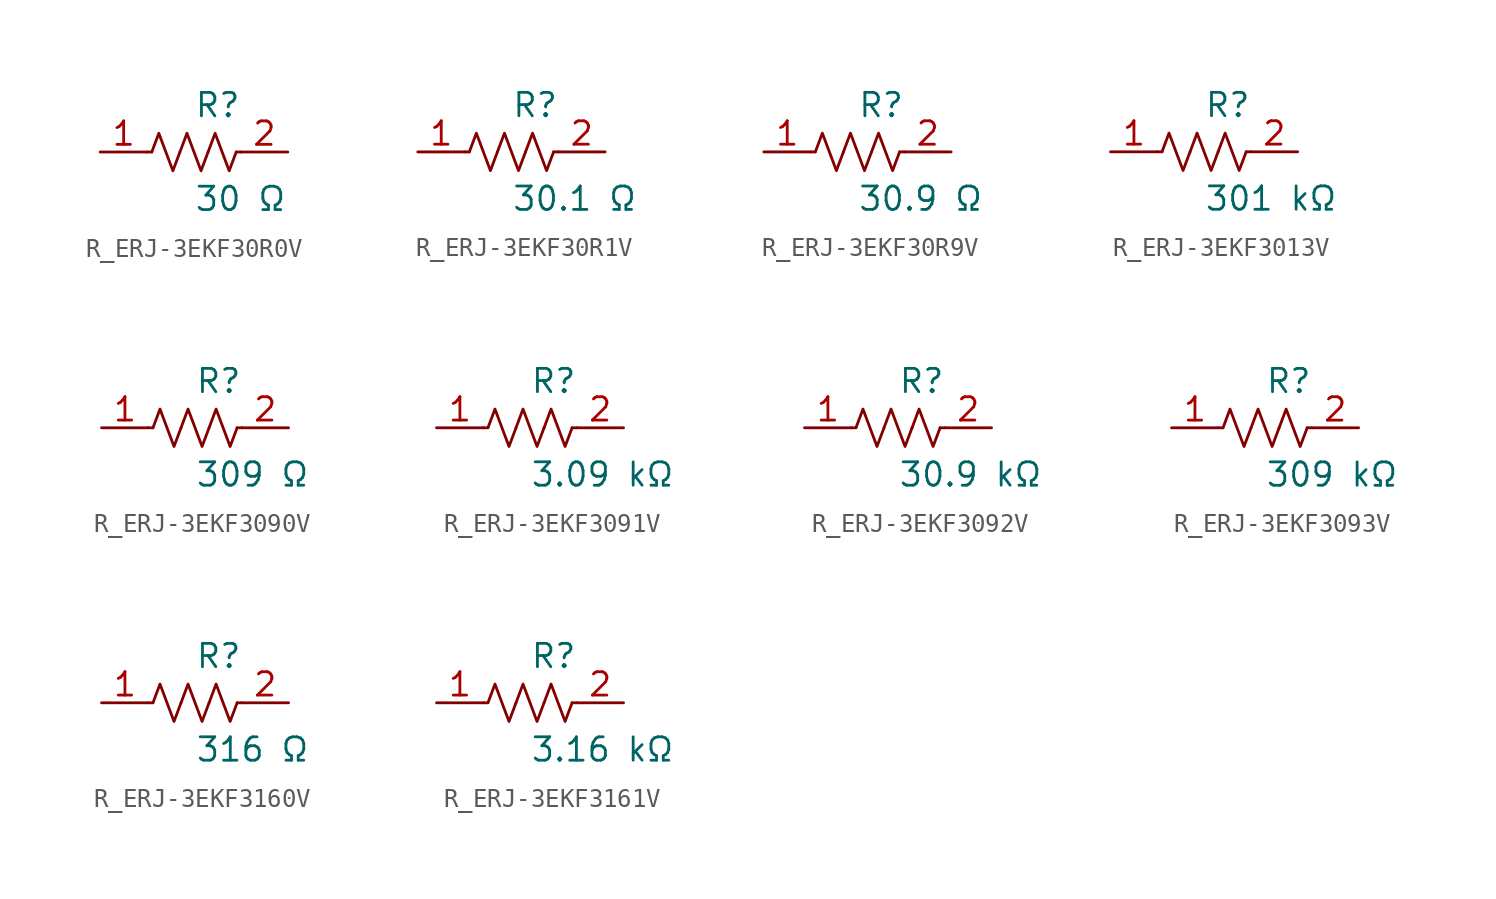
<source format=kicad_sym>
(kicad_symbol_lib
  (version 20231120)
  (generator kicad_symbol_editor)
  (generator_version 8.0)
  (symbol "R_ERJ-3EKF30R0V"
    (pin_names
      (offset 0.254))
    (property "Reference" "R"
      (at 0.0 2.54 0)
      (effects (font (size 1.27 1.27)) (justify left)))
    (property "Value" "30 Ω"
      (at 0.0 -2.54 0)
      (effects (font (size 1.27 1.27)) (justify left)))
    (symbol "R_ERJ-3EKF30R0V_0_1"
      (polyline (pts (xy 2.286 0) (xy 2.54 0)) (stroke (width 0) (type default)) (fill (type none)))
      (polyline (pts (xy -2.286 0) (xy -2.54 0)) (stroke (width 0) (type default)) (fill (type none)))
      (polyline (pts (xy 0.762 0) (xy 1.143 1.016) (xy 1.524 0) (xy 1.905 -1.016) (xy 2.286 0)) (stroke (width 0) (type default)) (fill (type none)))
      (polyline (pts (xy -0.762 0) (xy -0.381 1.016) (xy 0 0) (xy 0.381 -1.016) (xy 0.762 0)) (stroke (width 0) (type default)) (fill (type none)))
      (polyline (pts (xy -2.286 0) (xy -1.905 1.016) (xy -1.524 0) (xy -1.143 -1.016) (xy -0.762 0)) (stroke (width 0) (type default)) (fill (type none))))
    (pin unspecified line
      (at -5.08 0 0)
      (length 2.54)
      (name "" (effects (font (size 1.27 1.27))))
      (number "1" (effects (font (size 1.27 1.27)))))
    (pin unspecified line
      (at 5.08 0 180)
      (length 2.54)
      (name "" (effects (font (size 1.27 1.27))))
      (number "2" (effects (font (size 1.27 1.27))))))
  (symbol "R_ERJ-3EKF30R1V"
    (pin_names
      (offset 0.254))
    (property "Reference" "R"
      (at 0.0 2.54 0)
      (effects (font (size 1.27 1.27)) (justify left)))
    (property "Value" "30.1 Ω"
      (at 0.0 -2.54 0)
      (effects (font (size 1.27 1.27)) (justify left)))
    (symbol "R_ERJ-3EKF30R1V_0_1"
      (polyline (pts (xy 2.286 0) (xy 2.54 0)) (stroke (width 0) (type default)) (fill (type none)))
      (polyline (pts (xy -2.286 0) (xy -2.54 0)) (stroke (width 0) (type default)) (fill (type none)))
      (polyline (pts (xy 0.762 0) (xy 1.143 1.016) (xy 1.524 0) (xy 1.905 -1.016) (xy 2.286 0)) (stroke (width 0) (type default)) (fill (type none)))
      (polyline (pts (xy -0.762 0) (xy -0.381 1.016) (xy 0 0) (xy 0.381 -1.016) (xy 0.762 0)) (stroke (width 0) (type default)) (fill (type none)))
      (polyline (pts (xy -2.286 0) (xy -1.905 1.016) (xy -1.524 0) (xy -1.143 -1.016) (xy -0.762 0)) (stroke (width 0) (type default)) (fill (type none))))
    (pin unspecified line
      (at -5.08 0 0)
      (length 2.54)
      (name "" (effects (font (size 1.27 1.27))))
      (number "1" (effects (font (size 1.27 1.27)))))
    (pin unspecified line
      (at 5.08 0 180)
      (length 2.54)
      (name "" (effects (font (size 1.27 1.27))))
      (number "2" (effects (font (size 1.27 1.27))))))
  (symbol "R_ERJ-3EKF30R9V"
    (pin_names
      (offset 0.254))
    (property "Reference" "R"
      (at 0.0 2.54 0)
      (effects (font (size 1.27 1.27)) (justify left)))
    (property "Value" "30.9 Ω"
      (at 0.0 -2.54 0)
      (effects (font (size 1.27 1.27)) (justify left)))
    (symbol "R_ERJ-3EKF30R9V_0_1"
      (polyline (pts (xy 2.286 0) (xy 2.54 0)) (stroke (width 0) (type default)) (fill (type none)))
      (polyline (pts (xy -2.286 0) (xy -2.54 0)) (stroke (width 0) (type default)) (fill (type none)))
      (polyline (pts (xy 0.762 0) (xy 1.143 1.016) (xy 1.524 0) (xy 1.905 -1.016) (xy 2.286 0)) (stroke (width 0) (type default)) (fill (type none)))
      (polyline (pts (xy -0.762 0) (xy -0.381 1.016) (xy 0 0) (xy 0.381 -1.016) (xy 0.762 0)) (stroke (width 0) (type default)) (fill (type none)))
      (polyline (pts (xy -2.286 0) (xy -1.905 1.016) (xy -1.524 0) (xy -1.143 -1.016) (xy -0.762 0)) (stroke (width 0) (type default)) (fill (type none))))
    (pin unspecified line
      (at -5.08 0 0)
      (length 2.54)
      (name "" (effects (font (size 1.27 1.27))))
      (number "1" (effects (font (size 1.27 1.27)))))
    (pin unspecified line
      (at 5.08 0 180)
      (length 2.54)
      (name "" (effects (font (size 1.27 1.27))))
      (number "2" (effects (font (size 1.27 1.27))))))
  (symbol "R_ERJ-3EKF3013V"
    (pin_names
      (offset 0.254))
    (property "Reference" "R"
      (at 0.0 2.54 0)
      (effects (font (size 1.27 1.27)) (justify left)))
    (property "Value" "301 kΩ"
      (at 0.0 -2.54 0)
      (effects (font (size 1.27 1.27)) (justify left)))
    (symbol "R_ERJ-3EKF3013V_0_1"
      (polyline (pts (xy 2.286 0) (xy 2.54 0)) (stroke (width 0) (type default)) (fill (type none)))
      (polyline (pts (xy -2.286 0) (xy -2.54 0)) (stroke (width 0) (type default)) (fill (type none)))
      (polyline (pts (xy 0.762 0) (xy 1.143 1.016) (xy 1.524 0) (xy 1.905 -1.016) (xy 2.286 0)) (stroke (width 0) (type default)) (fill (type none)))
      (polyline (pts (xy -0.762 0) (xy -0.381 1.016) (xy 0 0) (xy 0.381 -1.016) (xy 0.762 0)) (stroke (width 0) (type default)) (fill (type none)))
      (polyline (pts (xy -2.286 0) (xy -1.905 1.016) (xy -1.524 0) (xy -1.143 -1.016) (xy -0.762 0)) (stroke (width 0) (type default)) (fill (type none))))
    (pin unspecified line
      (at -5.08 0 0)
      (length 2.54)
      (name "" (effects (font (size 1.27 1.27))))
      (number "1" (effects (font (size 1.27 1.27)))))
    (pin unspecified line
      (at 5.08 0 180)
      (length 2.54)
      (name "" (effects (font (size 1.27 1.27))))
      (number "2" (effects (font (size 1.27 1.27))))))
  (symbol "R_ERJ-3EKF3090V"
    (pin_names
      (offset 0.254))
    (property "Reference" "R"
      (at 0.0 2.54 0)
      (effects (font (size 1.27 1.27)) (justify left)))
    (property "Value" "309 Ω"
      (at 0.0 -2.54 0)
      (effects (font (size 1.27 1.27)) (justify left)))
    (symbol "R_ERJ-3EKF3090V_0_1"
      (polyline (pts (xy 2.286 0) (xy 2.54 0)) (stroke (width 0) (type default)) (fill (type none)))
      (polyline (pts (xy -2.286 0) (xy -2.54 0)) (stroke (width 0) (type default)) (fill (type none)))
      (polyline (pts (xy 0.762 0) (xy 1.143 1.016) (xy 1.524 0) (xy 1.905 -1.016) (xy 2.286 0)) (stroke (width 0) (type default)) (fill (type none)))
      (polyline (pts (xy -0.762 0) (xy -0.381 1.016) (xy 0 0) (xy 0.381 -1.016) (xy 0.762 0)) (stroke (width 0) (type default)) (fill (type none)))
      (polyline (pts (xy -2.286 0) (xy -1.905 1.016) (xy -1.524 0) (xy -1.143 -1.016) (xy -0.762 0)) (stroke (width 0) (type default)) (fill (type none))))
    (pin unspecified line
      (at -5.08 0 0)
      (length 2.54)
      (name "" (effects (font (size 1.27 1.27))))
      (number "1" (effects (font (size 1.27 1.27)))))
    (pin unspecified line
      (at 5.08 0 180)
      (length 2.54)
      (name "" (effects (font (size 1.27 1.27))))
      (number "2" (effects (font (size 1.27 1.27))))))
  (symbol "R_ERJ-3EKF3091V"
    (pin_names
      (offset 0.254))
    (property "Reference" "R"
      (at 0.0 2.54 0)
      (effects (font (size 1.27 1.27)) (justify left)))
    (property "Value" "3.09 kΩ"
      (at 0.0 -2.54 0)
      (effects (font (size 1.27 1.27)) (justify left)))
    (symbol "R_ERJ-3EKF3091V_0_1"
      (polyline (pts (xy 2.286 0) (xy 2.54 0)) (stroke (width 0) (type default)) (fill (type none)))
      (polyline (pts (xy -2.286 0) (xy -2.54 0)) (stroke (width 0) (type default)) (fill (type none)))
      (polyline (pts (xy 0.762 0) (xy 1.143 1.016) (xy 1.524 0) (xy 1.905 -1.016) (xy 2.286 0)) (stroke (width 0) (type default)) (fill (type none)))
      (polyline (pts (xy -0.762 0) (xy -0.381 1.016) (xy 0 0) (xy 0.381 -1.016) (xy 0.762 0)) (stroke (width 0) (type default)) (fill (type none)))
      (polyline (pts (xy -2.286 0) (xy -1.905 1.016) (xy -1.524 0) (xy -1.143 -1.016) (xy -0.762 0)) (stroke (width 0) (type default)) (fill (type none))))
    (pin unspecified line
      (at -5.08 0 0)
      (length 2.54)
      (name "" (effects (font (size 1.27 1.27))))
      (number "1" (effects (font (size 1.27 1.27)))))
    (pin unspecified line
      (at 5.08 0 180)
      (length 2.54)
      (name "" (effects (font (size 1.27 1.27))))
      (number "2" (effects (font (size 1.27 1.27))))))
  (symbol "R_ERJ-3EKF3092V"
    (pin_names
      (offset 0.254))
    (property "Reference" "R"
      (at 0.0 2.54 0)
      (effects (font (size 1.27 1.27)) (justify left)))
    (property "Value" "30.9 kΩ"
      (at 0.0 -2.54 0)
      (effects (font (size 1.27 1.27)) (justify left)))
    (symbol "R_ERJ-3EKF3092V_0_1"
      (polyline (pts (xy 2.286 0) (xy 2.54 0)) (stroke (width 0) (type default)) (fill (type none)))
      (polyline (pts (xy -2.286 0) (xy -2.54 0)) (stroke (width 0) (type default)) (fill (type none)))
      (polyline (pts (xy 0.762 0) (xy 1.143 1.016) (xy 1.524 0) (xy 1.905 -1.016) (xy 2.286 0)) (stroke (width 0) (type default)) (fill (type none)))
      (polyline (pts (xy -0.762 0) (xy -0.381 1.016) (xy 0 0) (xy 0.381 -1.016) (xy 0.762 0)) (stroke (width 0) (type default)) (fill (type none)))
      (polyline (pts (xy -2.286 0) (xy -1.905 1.016) (xy -1.524 0) (xy -1.143 -1.016) (xy -0.762 0)) (stroke (width 0) (type default)) (fill (type none))))
    (pin unspecified line
      (at -5.08 0 0)
      (length 2.54)
      (name "" (effects (font (size 1.27 1.27))))
      (number "1" (effects (font (size 1.27 1.27)))))
    (pin unspecified line
      (at 5.08 0 180)
      (length 2.54)
      (name "" (effects (font (size 1.27 1.27))))
      (number "2" (effects (font (size 1.27 1.27))))))
  (symbol "R_ERJ-3EKF3093V"
    (pin_names
      (offset 0.254))
    (property "Reference" "R"
      (at 0.0 2.54 0)
      (effects (font (size 1.27 1.27)) (justify left)))
    (property "Value" "309 kΩ"
      (at 0.0 -2.54 0)
      (effects (font (size 1.27 1.27)) (justify left)))
    (symbol "R_ERJ-3EKF3093V_0_1"
      (polyline (pts (xy 2.286 0) (xy 2.54 0)) (stroke (width 0) (type default)) (fill (type none)))
      (polyline (pts (xy -2.286 0) (xy -2.54 0)) (stroke (width 0) (type default)) (fill (type none)))
      (polyline (pts (xy 0.762 0) (xy 1.143 1.016) (xy 1.524 0) (xy 1.905 -1.016) (xy 2.286 0)) (stroke (width 0) (type default)) (fill (type none)))
      (polyline (pts (xy -0.762 0) (xy -0.381 1.016) (xy 0 0) (xy 0.381 -1.016) (xy 0.762 0)) (stroke (width 0) (type default)) (fill (type none)))
      (polyline (pts (xy -2.286 0) (xy -1.905 1.016) (xy -1.524 0) (xy -1.143 -1.016) (xy -0.762 0)) (stroke (width 0) (type default)) (fill (type none))))
    (pin unspecified line
      (at -5.08 0 0)
      (length 2.54)
      (name "" (effects (font (size 1.27 1.27))))
      (number "1" (effects (font (size 1.27 1.27)))))
    (pin unspecified line
      (at 5.08 0 180)
      (length 2.54)
      (name "" (effects (font (size 1.27 1.27))))
      (number "2" (effects (font (size 1.27 1.27))))))
  (symbol "R_ERJ-3EKF3160V"
    (pin_names
      (offset 0.254))
    (property "Reference" "R"
      (at 0.0 2.54 0)
      (effects (font (size 1.27 1.27)) (justify left)))
    (property "Value" "316 Ω"
      (at 0.0 -2.54 0)
      (effects (font (size 1.27 1.27)) (justify left)))
    (symbol "R_ERJ-3EKF3160V_0_1"
      (polyline (pts (xy 2.286 0) (xy 2.54 0)) (stroke (width 0) (type default)) (fill (type none)))
      (polyline (pts (xy -2.286 0) (xy -2.54 0)) (stroke (width 0) (type default)) (fill (type none)))
      (polyline (pts (xy 0.762 0) (xy 1.143 1.016) (xy 1.524 0) (xy 1.905 -1.016) (xy 2.286 0)) (stroke (width 0) (type default)) (fill (type none)))
      (polyline (pts (xy -0.762 0) (xy -0.381 1.016) (xy 0 0) (xy 0.381 -1.016) (xy 0.762 0)) (stroke (width 0) (type default)) (fill (type none)))
      (polyline (pts (xy -2.286 0) (xy -1.905 1.016) (xy -1.524 0) (xy -1.143 -1.016) (xy -0.762 0)) (stroke (width 0) (type default)) (fill (type none))))
    (pin unspecified line
      (at -5.08 0 0)
      (length 2.54)
      (name "" (effects (font (size 1.27 1.27))))
      (number "1" (effects (font (size 1.27 1.27)))))
    (pin unspecified line
      (at 5.08 0 180)
      (length 2.54)
      (name "" (effects (font (size 1.27 1.27))))
      (number "2" (effects (font (size 1.27 1.27))))))
  (symbol "R_ERJ-3EKF3161V"
    (pin_names
      (offset 0.254))
    (property "Reference" "R"
      (at 0.0 2.54 0)
      (effects (font (size 1.27 1.27)) (justify left)))
    (property "Value" "3.16 kΩ"
      (at 0.0 -2.54 0)
      (effects (font (size 1.27 1.27)) (justify left)))
    (symbol "R_ERJ-3EKF3161V_0_1"
      (polyline (pts (xy 2.286 0) (xy 2.54 0)) (stroke (width 0) (type default)) (fill (type none)))
      (polyline (pts (xy -2.286 0) (xy -2.54 0)) (stroke (width 0) (type default)) (fill (type none)))
      (polyline (pts (xy 0.762 0) (xy 1.143 1.016) (xy 1.524 0) (xy 1.905 -1.016) (xy 2.286 0)) (stroke (width 0) (type default)) (fill (type none)))
      (polyline (pts (xy -0.762 0) (xy -0.381 1.016) (xy 0 0) (xy 0.381 -1.016) (xy 0.762 0)) (stroke (width 0) (type default)) (fill (type none)))
      (polyline (pts (xy -2.286 0) (xy -1.905 1.016) (xy -1.524 0) (xy -1.143 -1.016) (xy -0.762 0)) (stroke (width 0) (type default)) (fill (type none))))
    (pin unspecified line
      (at -5.08 0 0)
      (length 2.54)
      (name "" (effects (font (size 1.27 1.27))))
      (number "1" (effects (font (size 1.27 1.27)))))
    (pin unspecified line
      (at 5.08 0 180)
      (length 2.54)
      (name "" (effects (font (size 1.27 1.27))))
      (number "2" (effects (font (size 1.27 1.27)))))))
</source>
